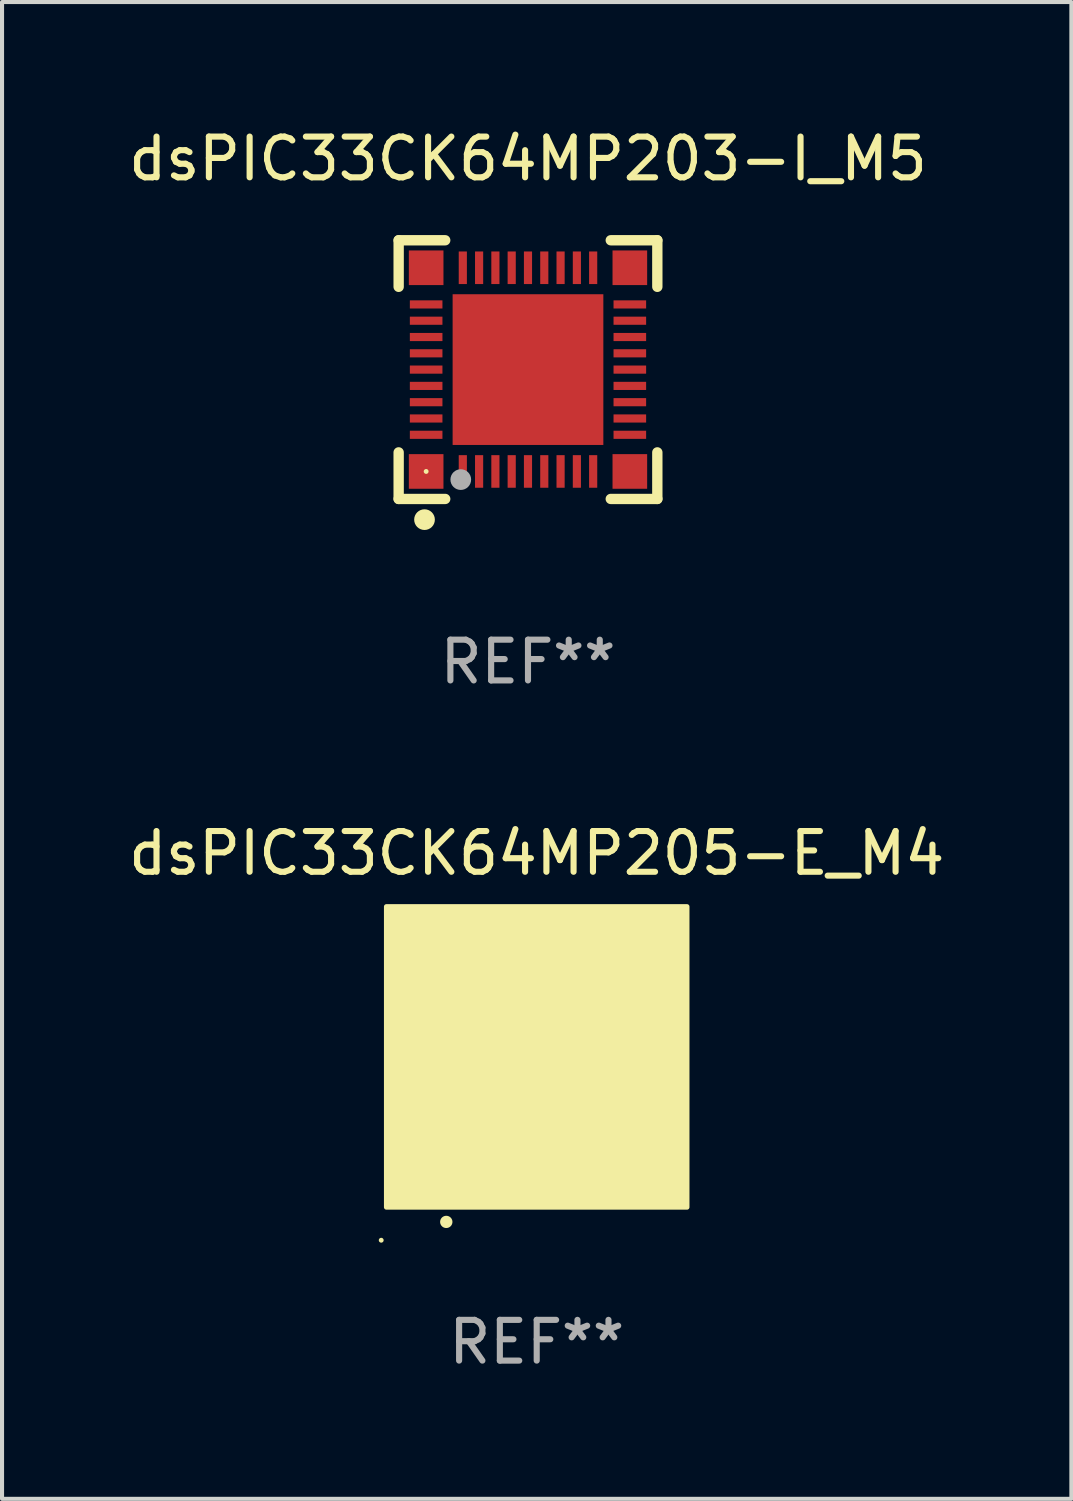
<source format=kicad_pcb>
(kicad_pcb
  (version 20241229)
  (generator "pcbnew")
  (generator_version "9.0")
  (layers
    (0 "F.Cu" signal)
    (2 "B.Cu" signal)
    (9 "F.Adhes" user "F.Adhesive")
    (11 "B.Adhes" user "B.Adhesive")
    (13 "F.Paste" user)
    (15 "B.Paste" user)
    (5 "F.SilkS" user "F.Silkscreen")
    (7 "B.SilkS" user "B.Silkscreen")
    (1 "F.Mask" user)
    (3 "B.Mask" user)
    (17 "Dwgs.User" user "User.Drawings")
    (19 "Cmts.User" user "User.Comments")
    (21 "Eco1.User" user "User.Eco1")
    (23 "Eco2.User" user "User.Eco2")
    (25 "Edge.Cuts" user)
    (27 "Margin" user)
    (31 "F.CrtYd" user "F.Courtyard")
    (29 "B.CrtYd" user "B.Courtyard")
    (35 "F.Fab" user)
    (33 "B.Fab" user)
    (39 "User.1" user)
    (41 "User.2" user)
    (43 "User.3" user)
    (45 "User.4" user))
  (footprint "dsPIC33CK64MP205-E_M4"
    (layer "F.Cu")
    (at 10.125 22.895)
    (property "Reference" "dsPIC33CK64MP205-E_M4" (at 0 -5 0) (layer "F.SilkS") (effects (font (size 1 1) (thickness 0.15))))
    (attr through_hole)
    (fp_arc (start -2.221158 4.050013) (mid -2.219888 4.050008) (end -2.218618 4.050013) (stroke (width 0.3) (type solid)) (layer "F.SilkS"))
    (fp_circle (center -3.817 4.5) (end -3.787 4.5) (stroke (width 0.06) (type solid)) (fill no) (layer "F.SilkS"))
    (fp_poly (pts (xy -3.69 -3.69) (xy 3.69 -3.69) (xy 3.69 3.69) (xy -3.69 3.69)) (stroke (width 0.12) (type solid)) (fill yes) (layer "F.SilkS"))
    (fp_text user "REF**" (at 0 7 0) (layer "F.Fab") (effects (font (size 1 1) (thickness 0.15))))
    (pad "1" smd oval (at -2.201 3) (size 0.2 0.95) (layers "F.Cu" "F.Mask" "F.Paste"))
    (pad "2" smd oval (at -1.8 3) (size 0.2 0.95) (layers "F.Cu" "F.Mask" "F.Paste"))
    (pad "3" smd oval (at -1.401 3) (size 0.2 0.95) (layers "F.Cu" "F.Mask" "F.Paste"))
    (pad "4" smd oval (at -0.999 3) (size 0.2 0.95) (layers "F.Cu" "F.Mask" "F.Paste"))
    (pad "5" smd oval (at -0.601 3) (size 0.2 0.95) (layers "F.Cu" "F.Mask" "F.Paste"))
    (pad "6" smd oval (at -0.199 3) (size 0.2 0.95) (layers "F.Cu" "F.Mask" "F.Paste"))
    (pad "7" smd oval (at 0.199 3) (size 0.2 0.95) (layers "F.Cu" "F.Mask" "F.Paste"))
    (pad "8" smd oval (at 0.601 3) (size 0.2 0.95) (layers "F.Cu" "F.Mask" "F.Paste"))
    (pad "9" smd oval (at 0.999 3) (size 0.2 0.95) (layers "F.Cu" "F.Mask" "F.Paste"))
    (pad "10" smd oval (at 1.401 3) (size 0.2 0.95) (layers "F.Cu" "F.Mask" "F.Paste"))
    (pad "11" smd oval (at 1.8 3) (size 0.2 0.95) (layers "F.Cu" "F.Mask" "F.Paste"))
    (pad "12" smd oval (at 2.201 3) (size 0.2 0.95) (layers "F.Cu" "F.Mask" "F.Paste"))
    (pad "13" smd oval (at 3 2.198 90) (size 0.2 0.95) (layers "F.Cu" "F.Mask" "F.Paste"))
    (pad "14" smd oval (at 3 1.8 90) (size 0.2 0.95) (layers "F.Cu" "F.Mask" "F.Paste"))
    (pad "15" smd oval (at 3 1.401 90) (size 0.2 0.95) (layers "F.Cu" "F.Mask" "F.Paste"))
    (pad "16" smd oval (at 3 0.999 90) (size 0.2 0.95) (layers "F.Cu" "F.Mask" "F.Paste"))
    (pad "17" smd oval (at 3 0.601 90) (size 0.2 0.95) (layers "F.Cu" "F.Mask" "F.Paste"))
    (pad "18" smd oval (at 3 0.199 90) (size 0.2 0.95) (layers "F.Cu" "F.Mask" "F.Paste"))
    (pad "19" smd oval (at 3 -0.199 90) (size 0.2 0.95) (layers "F.Cu" "F.Mask" "F.Paste"))
    (pad "20" smd oval (at 3 -0.601 90) (size 0.2 0.95) (layers "F.Cu" "F.Mask" "F.Paste"))
    (pad "21" smd oval (at 3 -0.999 90) (size 0.2 0.95) (layers "F.Cu" "F.Mask" "F.Paste"))
    (pad "22" smd oval (at 3 -1.401 90) (size 0.2 0.95) (layers "F.Cu" "F.Mask" "F.Paste"))
    (pad "23" smd oval (at 3 -1.8 90) (size 0.2 0.95) (layers "F.Cu" "F.Mask" "F.Paste"))
    (pad "24" smd oval (at 3 -2.201 90) (size 0.2 0.95) (layers "F.Cu" "F.Mask" "F.Paste"))
    (pad "25" smd oval (at 2.201 -3 180) (size 0.2 0.95) (layers "F.Cu" "F.Mask" "F.Paste"))
    (pad "26" smd oval (at 1.8 -3 180) (size 0.2 0.95) (layers "F.Cu" "F.Mask" "F.Paste"))
    (pad "27" smd oval (at 1.401 -3 180) (size 0.2 0.95) (layers "F.Cu" "F.Mask" "F.Paste"))
    (pad "28" smd oval (at 0.999 -3 180) (size 0.2 0.95) (layers "F.Cu" "F.Mask" "F.Paste"))
    (pad "29" smd oval (at 0.601 -3 180) (size 0.2 0.95) (layers "F.Cu" "F.Mask" "F.Paste"))
    (pad "30" smd oval (at 0.199 -3 180) (size 0.2 0.95) (layers "F.Cu" "F.Mask" "F.Paste"))
    (pad "31" smd oval (at -0.199 -3 180) (size 0.2 0.95) (layers "F.Cu" "F.Mask" "F.Paste"))
    (pad "32" smd oval (at -0.601 -3 180) (size 0.2 0.95) (layers "F.Cu" "F.Mask" "F.Paste"))
    (pad "33" smd oval (at -0.999 -3 180) (size 0.2 0.95) (layers "F.Cu" "F.Mask" "F.Paste"))
    (pad "34" smd oval (at -1.401 -3 180) (size 0.2 0.95) (layers "F.Cu" "F.Mask" "F.Paste"))
    (pad "35" smd oval (at -1.8 -3 180) (size 0.2 0.95) (layers "F.Cu" "F.Mask" "F.Paste"))
    (pad "36" smd oval (at -2.201 -3 180) (size 0.2 0.95) (layers "F.Cu" "F.Mask" "F.Paste"))
    (pad "37" smd oval (at -3 -2.201 270) (size 0.2 0.95) (layers "F.Cu" "F.Mask" "F.Paste"))
    (pad "38" smd oval (at -3 -1.8 270) (size 0.2 0.95) (layers "F.Cu" "F.Mask" "F.Paste"))
    (pad "39" smd oval (at -3 -1.401 270) (size 0.2 0.95) (layers "F.Cu" "F.Mask" "F.Paste"))
    (pad "40" smd oval (at -3 -0.999 270) (size 0.2 0.95) (layers "F.Cu" "F.Mask" "F.Paste"))
    (pad "41" smd oval (at -3 -0.601 270) (size 0.2 0.95) (layers "F.Cu" "F.Mask" "F.Paste"))
    (pad "42" smd oval (at -3 -0.199 270) (size 0.2 0.95) (layers "F.Cu" "F.Mask" "F.Paste"))
    (pad "43" smd oval (at -3 0.199 270) (size 0.2 0.95) (layers "F.Cu" "F.Mask" "F.Paste"))
    (pad "44" smd oval (at -3 0.601 270) (size 0.2 0.95) (layers "F.Cu" "F.Mask" "F.Paste"))
    (pad "45" smd oval (at -3 0.999 270) (size 0.2 0.95) (layers "F.Cu" "F.Mask" "F.Paste"))
    (pad "46" smd oval (at -3 1.401 270) (size 0.2 0.95) (layers "F.Cu" "F.Mask" "F.Paste"))
    (pad "47" smd oval (at -3 1.8 270) (size 0.2 0.95) (layers "F.Cu" "F.Mask" "F.Paste"))
    (pad "48" smd oval (at -3 2.198 270) (size 0.2 0.95) (layers "F.Cu" "F.Mask" "F.Paste"))
    (pad "49" smd rect (at -3 -3 90) (size 0.9 0.9) (layers "F.Cu" "F.Mask" "F.Paste"))
    (pad "49" smd rect (at -3 3 90) (size 0.9 0.9) (layers "F.Cu" "F.Mask" "F.Paste"))
    (pad "49" smd rect (at -0.001 -0.001 90) (size 4.6 4.6) (layers "F.Cu" "F.Mask" "F.Paste"))
    (pad "49" smd rect (at 3 -3 90) (size 0.9 0.9) (layers "F.Cu" "F.Mask" "F.Paste"))
    (pad "49" smd rect (at 3 3 90) (size 0.9 0.9) (layers "F.Cu" "F.Mask" "F.Paste")))
  (footprint "dsPIC33CK64MP203-I_M5"
    (layer "F.Cu")
    (at 9.911 6.023)
    (property "Reference" "dsPIC33CK64MP203-I_M5" (at 0 -5.175 0) (layer "F.SilkS") (effects (font (size 1 1) (thickness 0.15))))
    (attr through_hole)
    (fp_line (start -3.175 -3.175) (end -2.032 -3.175) (stroke (width 0.254) (type solid)) (layer "F.SilkS"))
    (fp_line (start -3.175 -2.032) (end -3.175 -3.175) (stroke (width 0.254) (type solid)) (layer "F.SilkS"))
    (fp_line (start -3.175 3.175) (end -3.175 2.032) (stroke (width 0.254) (type solid)) (layer "F.SilkS"))
    (fp_line (start -2.032 3.175) (end -3.175 3.175) (stroke (width 0.254) (type solid)) (layer "F.SilkS"))
    (fp_line (start 2.032 -3.175) (end 3.175 -3.175) (stroke (width 0.254) (type solid)) (layer "F.SilkS"))
    (fp_line (start 3.175 -3.175) (end 3.175 -2.032) (stroke (width 0.254) (type solid)) (layer "F.SilkS"))
    (fp_line (start 3.175 2.032) (end 3.175 3.175) (stroke (width 0.254) (type solid)) (layer "F.SilkS"))
    (fp_line (start 3.175 3.175) (end 2.032 3.175) (stroke (width 0.254) (type solid)) (layer "F.SilkS"))
    (fp_circle (center -2.54 3.683) (end -2.413 3.683) (stroke (width 0.254) (type solid)) (fill no) (layer "F.SilkS"))
    (fp_circle (center -2.5 2.5) (end -2.47 2.5) (stroke (width 0.06) (type solid)) (fill no) (layer "F.SilkS"))
    (fp_circle (center -1.65 2.7) (end -1.523 2.7) (stroke (width 0.254) (type solid)) (fill no) (layer "F.Fab"))
    (fp_text user "REF**" (at 0 7.175 0) (layer "F.Fab") (effects (font (size 1 1) (thickness 0.15))))
    (pad "1" smd rect (at -1.6 2.5) (size 0.2 0.8) (layers "F.Cu" "F.Mask" "F.Paste"))
    (pad "2" smd rect (at -1.2 2.5) (size 0.2 0.8) (layers "F.Cu" "F.Mask" "F.Paste"))
    (pad "3" smd rect (at -0.8 2.5) (size 0.2 0.8) (layers "F.Cu" "F.Mask" "F.Paste"))
    (pad "4" smd rect (at -0.4 2.5) (size 0.2 0.8) (layers "F.Cu" "F.Mask" "F.Paste"))
    (pad "5" smd rect (at -0.000051 2.5) (size 0.2 0.8) (layers "F.Cu" "F.Mask" "F.Paste"))
    (pad "6" smd rect (at 0.4 2.5) (size 0.2 0.8) (layers "F.Cu" "F.Mask" "F.Paste"))
    (pad "7" smd rect (at 0.8 2.5) (size 0.2 0.8) (layers "F.Cu" "F.Mask" "F.Paste"))
    (pad "8" smd rect (at 1.2 2.5) (size 0.2 0.8) (layers "F.Cu" "F.Mask" "F.Paste"))
    (pad "9" smd rect (at 1.6 2.5) (size 0.2 0.8) (layers "F.Cu" "F.Mask" "F.Paste"))
    (pad "10" smd rect (at 2.5 1.6 90) (size 0.2 0.8) (layers "F.Cu" "F.Mask" "F.Paste"))
    (pad "11" smd rect (at 2.5 1.2 90) (size 0.2 0.8) (layers "F.Cu" "F.Mask" "F.Paste"))
    (pad "12" smd rect (at 2.5 0.8 90) (size 0.2 0.8) (layers "F.Cu" "F.Mask" "F.Paste"))
    (pad "13" smd rect (at 2.5 0.4 90) (size 0.2 0.8) (layers "F.Cu" "F.Mask" "F.Paste"))
    (pad "14" smd rect (at 2.5 -0.000051 90) (size 0.2 0.8) (layers "F.Cu" "F.Mask" "F.Paste"))
    (pad "15" smd rect (at 2.5 -0.4 90) (size 0.2 0.8) (layers "F.Cu" "F.Mask" "F.Paste"))
    (pad "16" smd rect (at 2.5 -0.8 90) (size 0.2 0.8) (layers "F.Cu" "F.Mask" "F.Paste"))
    (pad "17" smd rect (at 2.5 -1.2 90) (size 0.2 0.8) (layers "F.Cu" "F.Mask" "F.Paste"))
    (pad "18" smd rect (at 2.5 -1.6 90) (size 0.2 0.8) (layers "F.Cu" "F.Mask" "F.Paste"))
    (pad "19" smd rect (at 1.6 -2.5 180) (size 0.2 0.8) (layers "F.Cu" "F.Mask" "F.Paste"))
    (pad "20" smd rect (at 1.2 -2.5 180) (size 0.2 0.8) (layers "F.Cu" "F.Mask" "F.Paste"))
    (pad "21" smd rect (at 0.8 -2.5 180) (size 0.2 0.8) (layers "F.Cu" "F.Mask" "F.Paste"))
    (pad "22" smd rect (at 0.4 -2.5 180) (size 0.2 0.8) (layers "F.Cu" "F.Mask" "F.Paste"))
    (pad "23" smd rect (at -0.000051 -2.5 180) (size 0.2 0.8) (layers "F.Cu" "F.Mask" "F.Paste"))
    (pad "24" smd rect (at -0.4 -2.5 180) (size 0.2 0.8) (layers "F.Cu" "F.Mask" "F.Paste"))
    (pad "25" smd rect (at -0.8 -2.5 180) (size 0.2 0.8) (layers "F.Cu" "F.Mask" "F.Paste"))
    (pad "26" smd rect (at -1.2 -2.5 180) (size 0.2 0.8) (layers "F.Cu" "F.Mask" "F.Paste"))
    (pad "27" smd rect (at -1.6 -2.5 180) (size 0.2 0.8) (layers "F.Cu" "F.Mask" "F.Paste"))
    (pad "28" smd rect (at -2.5 -1.6 270) (size 0.2 0.8) (layers "F.Cu" "F.Mask" "F.Paste"))
    (pad "29" smd rect (at -2.5 -1.2 270) (size 0.2 0.8) (layers "F.Cu" "F.Mask" "F.Paste"))
    (pad "30" smd rect (at -2.5 -0.8 270) (size 0.2 0.8) (layers "F.Cu" "F.Mask" "F.Paste"))
    (pad "31" smd rect (at -2.5 -0.4 270) (size 0.2 0.8) (layers "F.Cu" "F.Mask" "F.Paste"))
    (pad "32" smd rect (at -2.5 -0.000051 270) (size 0.2 0.8) (layers "F.Cu" "F.Mask" "F.Paste"))
    (pad "33" smd rect (at -2.5 0.4 270) (size 0.2 0.8) (layers "F.Cu" "F.Mask" "F.Paste"))
    (pad "34" smd rect (at -2.5 0.8 270) (size 0.2 0.8) (layers "F.Cu" "F.Mask" "F.Paste"))
    (pad "35" smd rect (at -2.5 1.2 270) (size 0.2 0.8) (layers "F.Cu" "F.Mask" "F.Paste"))
    (pad "36" smd rect (at -2.5 1.6 270) (size 0.2 0.8) (layers "F.Cu" "F.Mask" "F.Paste"))
    (pad "37" smd rect (at -2.5 -2.5) (size 0.85 0.85) (layers "F.Cu" "F.Mask" "F.Paste"))
    (pad "37" smd rect (at -2.5 2.5) (size 0.85 0.85) (layers "F.Cu" "F.Mask" "F.Paste"))
    (pad "37" smd rect (at -0.000051 -0.000051) (size 3.7 3.7) (layers "F.Cu" "F.Mask" "F.Paste"))
    (pad "37" smd rect (at 2.5 -2.5) (size 0.85 0.85) (layers "F.Cu" "F.Mask" "F.Paste"))
    (pad "37" smd rect (at 2.5 2.5) (size 0.85 0.85) (layers "F.Cu" "F.Mask" "F.Paste")))
  (gr_rect
    (start -3 -3)
    (end 23.25 33.743)
    (stroke (width 0.1) (type default))
    (fill no)
    (layer "Edge.Cuts")))
</source>
